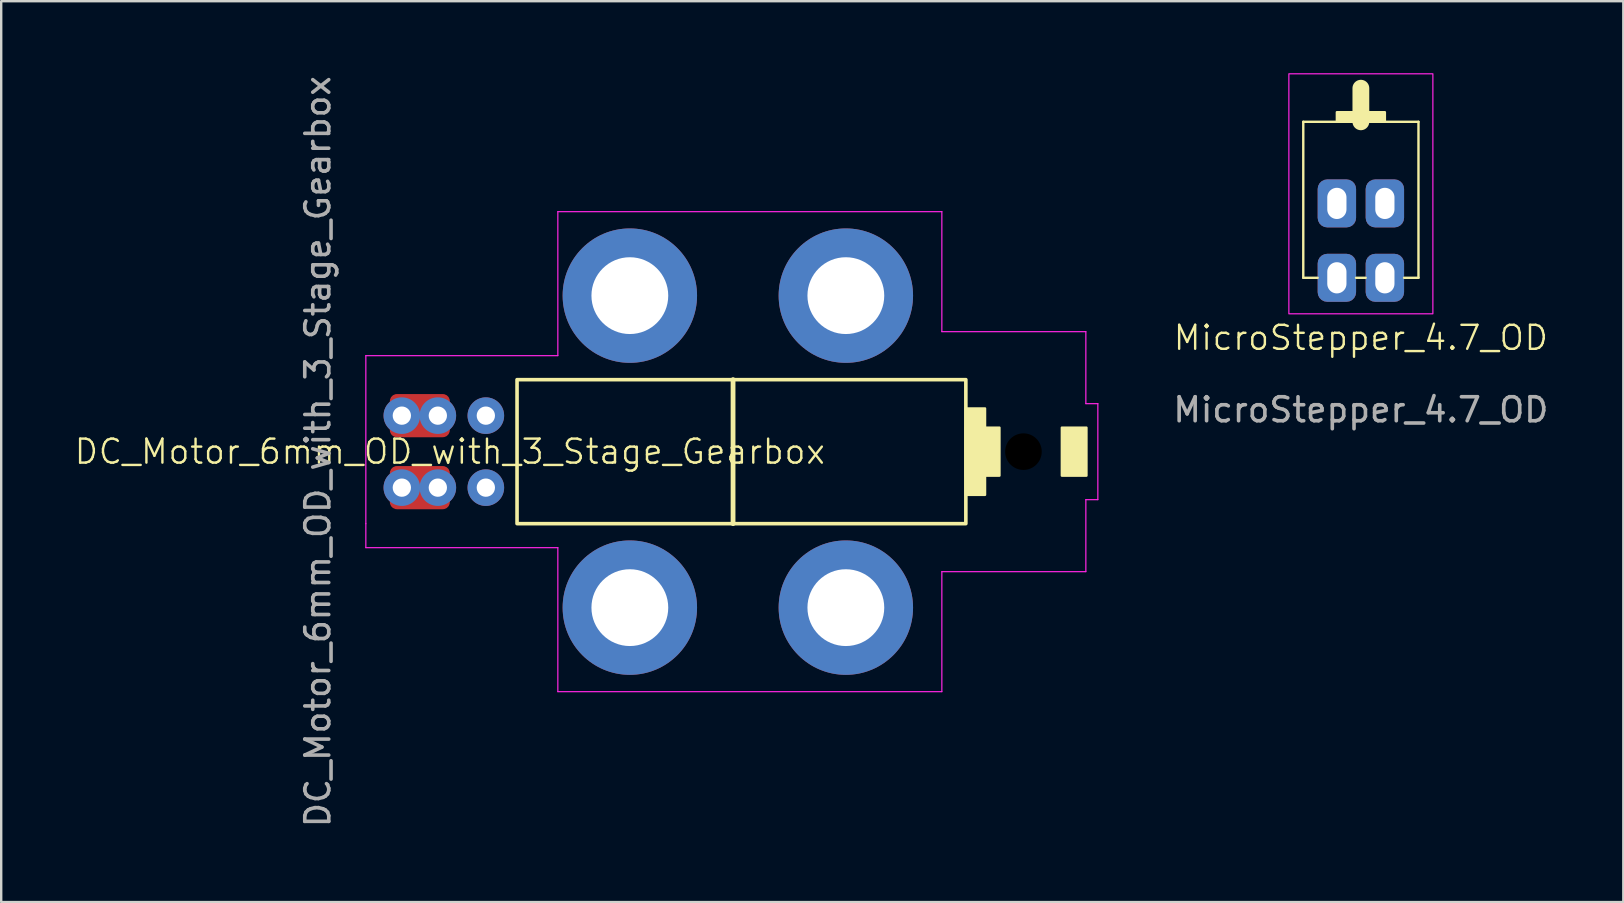
<source format=kicad_pcb>
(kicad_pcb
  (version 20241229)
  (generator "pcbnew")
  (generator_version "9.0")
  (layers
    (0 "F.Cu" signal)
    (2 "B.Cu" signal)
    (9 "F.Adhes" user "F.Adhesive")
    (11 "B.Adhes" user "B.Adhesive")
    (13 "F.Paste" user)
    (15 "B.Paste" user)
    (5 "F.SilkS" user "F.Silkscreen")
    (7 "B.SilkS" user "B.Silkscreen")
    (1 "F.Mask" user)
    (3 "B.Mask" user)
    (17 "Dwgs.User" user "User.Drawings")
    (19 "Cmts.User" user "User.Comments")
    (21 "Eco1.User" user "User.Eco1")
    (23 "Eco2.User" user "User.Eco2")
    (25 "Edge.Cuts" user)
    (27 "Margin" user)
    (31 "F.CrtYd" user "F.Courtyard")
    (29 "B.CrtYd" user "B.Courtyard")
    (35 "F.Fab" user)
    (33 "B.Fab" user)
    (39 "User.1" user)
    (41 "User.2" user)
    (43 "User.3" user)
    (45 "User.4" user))
  (footprint "MicroStepper_4.7_OD"
    (layer "F.Cu")
    (at 53.652 1.625)
    (property "Reference" "MicroStepper_4.7_OD" (at 0 9.4 0) (unlocked yes) (layer "F.SilkS") (effects (font (size 1 1) (thickness 0.1))))
    (attr through_hole)
    (fp_line (start -2.4 0.4) (end 2.4 0.4) (stroke (width 0.1) (type default)) (layer "F.SilkS"))
    (fp_line (start -2.4 6.9) (end -2.4 0.4) (stroke (width 0.1) (type default)) (layer "F.SilkS"))
    (fp_line (start -1.8 6.9) (end -2.4 6.9) (stroke (width 0.1) (type default)) (layer "F.SilkS"))
    (fp_line (start -0.2 6.9) (end 0.2 6.9) (stroke (width 0.1) (type default)) (layer "F.SilkS"))
    (fp_line (start 0 0.4) (end 0 -1) (stroke (width 0.7) (type default)) (layer "F.SilkS"))
    (fp_line (start 2.4 0.4) (end 2.4 6.9) (stroke (width 0.1) (type default)) (layer "F.SilkS"))
    (fp_line (start 2.4 6.9) (end 1.8 6.9) (stroke (width 0.1) (type default)) (layer "F.SilkS"))
    (fp_rect (start -1 0) (end 1 0.4) (stroke (width 0.1) (type solid)) (fill yes) (layer "F.SilkS"))
    (fp_rect (start -3 -1.6) (end 3 8.4) (stroke (width 0.05) (type default)) (fill no) (layer "F.CrtYd"))
    (fp_text user "${REFERENCE}" (at 0 12.4 0) (unlocked yes) (layer "F.Fab") (effects (font (size 1 1) (thickness 0.15))))
    (pad "1" thru_hole roundrect (at -1 3.8) (size 1.6 2) (drill oval 0.8 1.3) (layers "*.Cu" "*.Mask") (roundrect_rratio 0.25))
    (pad "2" thru_hole roundrect (at 1 3.8) (size 1.6 2) (drill oval 0.8 1.3) (layers "*.Cu" "*.Mask") (roundrect_rratio 0.25))
    (pad "3" thru_hole roundrect (at -1 6.9) (size 1.6 2) (drill oval 0.8 1.3) (layers "*.Cu" "*.Mask") (roundrect_rratio 0.25))
    (pad "4" thru_hole roundrect (at 1 6.9) (size 1.6 2) (drill oval 0.8 1.3) (layers "*.Cu" "*.Mask") (roundrect_rratio 0.25)))
  (footprint "DC_Motor_6mm_OD_with_3_Stage_Gearbox"
    (layer "F.Cu")
    (at 37.193 15.768)
    (property "Reference" "DC_Motor_6mm_OD_with_3_Stage_Gearbox" (at -21.5 0 0) (unlocked yes) (layer "F.SilkS") (effects (font (size 1 1) (thickness 0.1))))
    (attr through_hole)
    (fp_line (start -9.7 -3) (end -9.7 3) (stroke (width 0.2) (type default)) (layer "F.SilkS"))
    (fp_rect (start -18.7 -3) (end 0 3) (stroke (width 0.15) (type default)) (fill no) (layer "F.SilkS"))
    (fp_rect (start 0 -1.8) (end 0.8 1.8) (stroke (width 0.1) (type solid)) (fill yes) (layer "F.SilkS"))
    (fp_rect (start 0 -1) (end 1.4 1) (stroke (width 0.1) (type solid)) (fill yes) (layer "F.SilkS"))
    (fp_rect (start 4 -1) (end 5.025 1) (stroke (width 0.1) (type solid)) (fill yes) (layer "F.SilkS"))
    (fp_line (start -25 -4) (end -25 3) (stroke (width 0.05) (type default)) (layer "F.CrtYd"))
    (fp_line (start -25 3) (end -25 4) (stroke (width 0.05) (type default)) (layer "F.CrtYd"))
    (fp_line (start -25 4) (end -17 4) (stroke (width 0.05) (type default)) (layer "F.CrtYd"))
    (fp_line (start -17 -10) (end -17 -4) (stroke (width 0.05) (type default)) (layer "F.CrtYd"))
    (fp_line (start -17 -4) (end -25 -4) (stroke (width 0.05) (type default)) (layer "F.CrtYd"))
    (fp_line (start -17 4) (end -17 10) (stroke (width 0.05) (type default)) (layer "F.CrtYd"))
    (fp_line (start -17 10) (end -1 10) (stroke (width 0.05) (type default)) (layer "F.CrtYd"))
    (fp_line (start -1 -10) (end -17 -10) (stroke (width 0.05) (type default)) (layer "F.CrtYd"))
    (fp_line (start -1 -5) (end -1 -10) (stroke (width 0.05) (type default)) (layer "F.CrtYd"))
    (fp_line (start -1 5) (end 5 5) (stroke (width 0.05) (type default)) (layer "F.CrtYd"))
    (fp_line (start -1 10) (end -1 5) (stroke (width 0.05) (type default)) (layer "F.CrtYd"))
    (fp_line (start 5 -5) (end -1 -5) (stroke (width 0.05) (type default)) (layer "F.CrtYd"))
    (fp_line (start 5 -2) (end 5 -5) (stroke (width 0.05) (type default)) (layer "F.CrtYd"))
    (fp_line (start 5 5) (end 5 2) (stroke (width 0.05) (type default)) (layer "F.CrtYd"))
    (fp_line (start 5.5 -2) (end 5 -2) (stroke (width 0.05) (type default)) (layer "F.CrtYd"))
    (fp_line (start 5.5 2) (end 5 2) (stroke (width 0.05) (type default)) (layer "F.CrtYd"))
    (fp_line (start 5.5 2) (end 5.5 -2) (stroke (width 0.05) (type default)) (layer "F.CrtYd"))
    (fp_text user "${REFERENCE}" (at -27 0 90) (unlocked yes) (layer "F.Fab") (effects (font (size 1 1) (thickness 0.15))))
    (pad "" np_thru_hole rect (at 2.4 0) (size 1.524 1.524) (drill oval 3 8) (layers "*.Mask"))
    (pad "1" thru_hole circle (at -23.5 -1.5) (size 1.524 1.524) (drill 0.762) (layers "*.Cu" "*.Mask"))
    (pad "1" smd roundrect (at -22.75 -1.5) (size 2.5 1.8) (layers "F.Cu" "F.Mask" "F.Paste") (roundrect_rratio 0.164))
    (pad "1" thru_hole circle (at -22 -1.5) (size 1.524 1.524) (drill 0.762) (layers "*.Cu" "*.Mask"))
    (pad "1" thru_hole circle (at -20 -1.5) (size 1.524 1.524) (drill 0.762) (layers "*.Cu" "*.Mask"))
    (pad "2" thru_hole circle (at -23.5 1.5) (size 1.524 1.524) (drill 0.762) (layers "*.Cu" "*.Mask"))
    (pad "2" smd roundrect (at -22.75 1.5) (size 2.5 1.8) (layers "F.Cu" "F.Mask" "F.Paste") (roundrect_rratio 0.164))
    (pad "2" thru_hole circle (at -22 1.5) (size 1.524 1.524) (drill 0.762) (layers "*.Cu" "*.Mask"))
    (pad "2" thru_hole circle (at -20 1.5) (size 1.524 1.524) (drill 0.762) (layers "*.Cu" "*.Mask"))
    (pad "MP" thru_hole circle (at -14 -6.5) (size 5.6 5.6) (drill 3.2) (layers "*.Cu" "*.Mask"))
    (pad "MP" thru_hole circle (at -14 6.5) (size 5.6 5.6) (drill 3.2) (layers "*.Cu" "*.Mask"))
    (pad "MP" thru_hole circle (at -5 -6.5) (size 5.6 5.6) (drill 3.2) (layers "*.Cu" "*.Mask"))
    (pad "MP" thru_hole circle (at -5 6.5) (size 5.6 5.6) (drill 3.2) (layers "*.Cu" "*.Mask")))
  (gr_rect
    (start -3 -3)
    (end 64.587 34.536)
    (stroke (width 0.1) (type default))
    (fill no)
    (layer "Edge.Cuts")))
</source>
